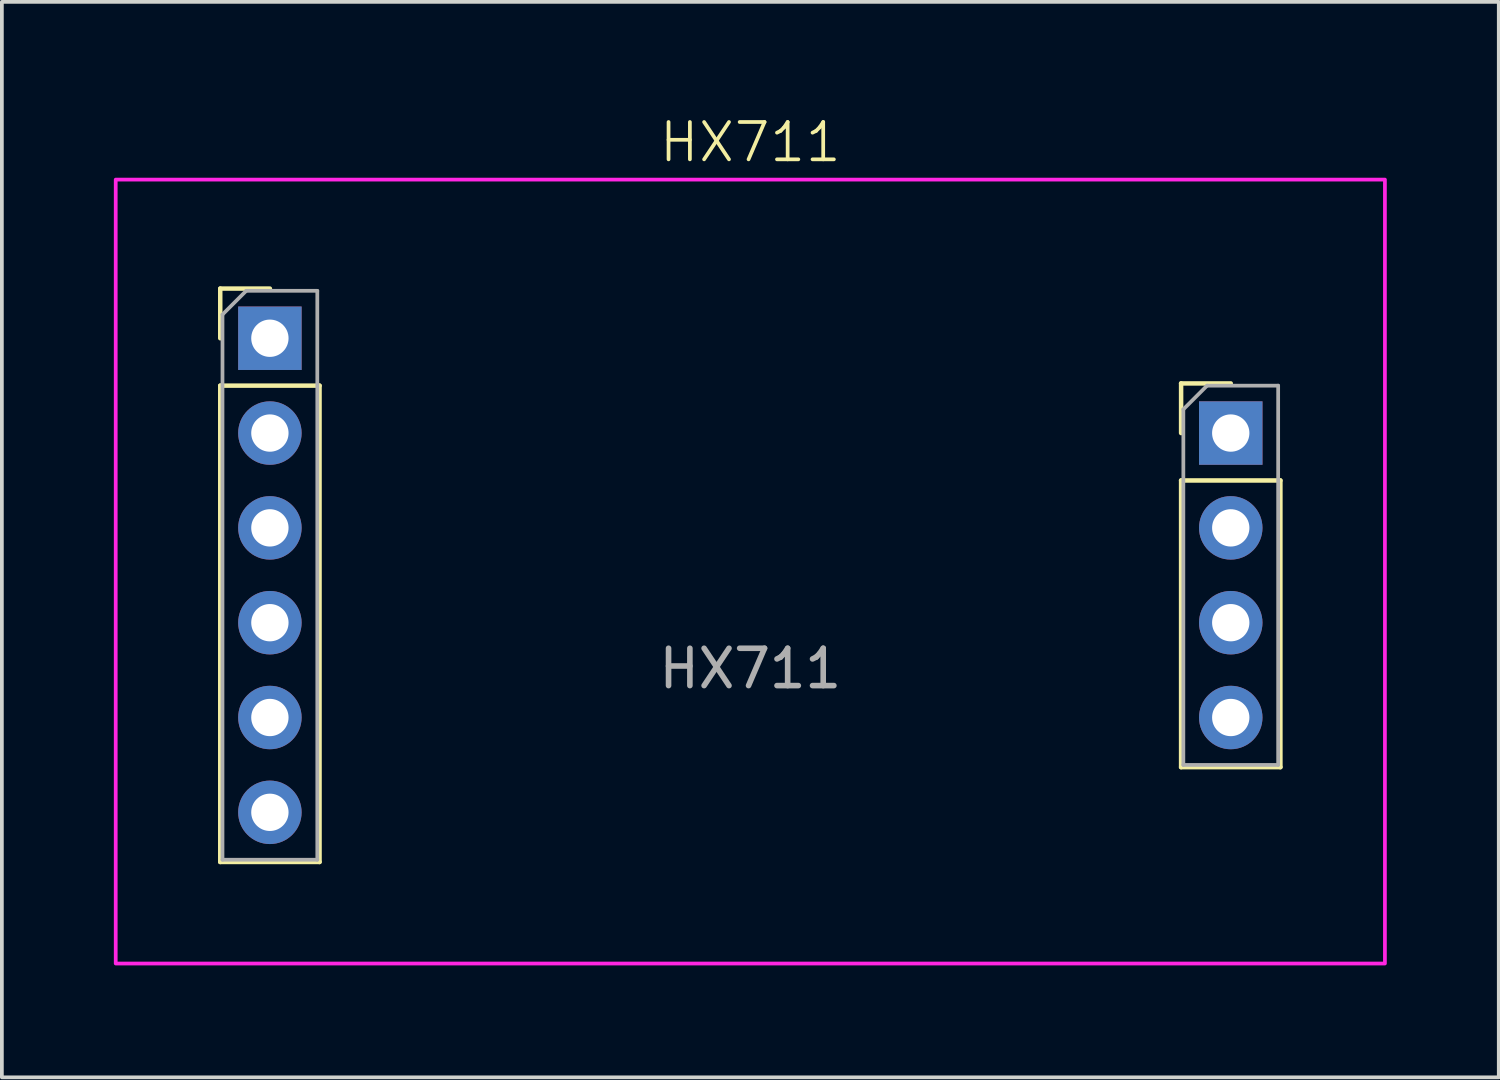
<source format=kicad_pcb>
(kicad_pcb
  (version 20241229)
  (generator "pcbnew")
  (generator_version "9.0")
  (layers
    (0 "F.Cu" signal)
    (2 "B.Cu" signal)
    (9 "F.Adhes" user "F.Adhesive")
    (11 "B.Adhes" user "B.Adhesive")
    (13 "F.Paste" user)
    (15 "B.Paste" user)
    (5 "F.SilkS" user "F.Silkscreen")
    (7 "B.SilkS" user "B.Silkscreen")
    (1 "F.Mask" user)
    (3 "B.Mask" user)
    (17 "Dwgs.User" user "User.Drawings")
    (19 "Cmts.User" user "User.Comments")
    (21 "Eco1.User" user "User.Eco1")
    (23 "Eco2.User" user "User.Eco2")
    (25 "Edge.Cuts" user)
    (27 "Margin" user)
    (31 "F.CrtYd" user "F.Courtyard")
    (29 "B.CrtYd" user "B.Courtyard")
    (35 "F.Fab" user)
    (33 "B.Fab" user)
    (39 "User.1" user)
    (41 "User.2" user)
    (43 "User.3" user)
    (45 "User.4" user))
  (footprint "HX711"
    (layer "F.Cu")
    (at 17.05 12.361)
    (property "Reference" "HX711" (at 0 -11.6 0) (unlocked yes) (layer "F.SilkS") (effects (font (size 1 1) (thickness 0.1))))
    (attr through_hole)
    (fp_line (start -14.2 -7.68) (end -12.87 -7.68) (stroke (width 0.12) (type solid)) (layer "F.SilkS"))
    (fp_line (start -14.2 -6.35) (end -14.2 -7.68) (stroke (width 0.12) (type solid)) (layer "F.SilkS"))
    (fp_line (start -14.2 -5.08) (end -14.2 7.68) (stroke (width 0.12) (type solid)) (layer "F.SilkS"))
    (fp_line (start -14.2 -5.08) (end -11.54 -5.08) (stroke (width 0.12) (type solid)) (layer "F.SilkS"))
    (fp_line (start -14.2 7.68) (end -11.54 7.68) (stroke (width 0.12) (type solid)) (layer "F.SilkS"))
    (fp_line (start -11.54 -5.08) (end -11.54 7.68) (stroke (width 0.12) (type solid)) (layer "F.SilkS"))
    (fp_line (start 11.54 -5.14) (end 12.87 -5.14) (stroke (width 0.12) (type solid)) (layer "F.SilkS"))
    (fp_line (start 11.54 -3.81) (end 11.54 -5.14) (stroke (width 0.12) (type solid)) (layer "F.SilkS"))
    (fp_line (start 11.54 -2.54) (end 11.54 5.14) (stroke (width 0.12) (type solid)) (layer "F.SilkS"))
    (fp_line (start 11.54 -2.54) (end 14.2 -2.54) (stroke (width 0.12) (type solid)) (layer "F.SilkS"))
    (fp_line (start 11.54 5.14) (end 14.2 5.14) (stroke (width 0.12) (type solid)) (layer "F.SilkS"))
    (fp_line (start 14.2 -2.54) (end 14.2 5.14) (stroke (width 0.12) (type solid)) (layer "F.SilkS"))
    (fp_rect (start -17 -10.6) (end 17 10.4) (stroke (width 0.1) (type default)) (fill no) (layer "F.CrtYd"))
    (fp_line (start -14.14 -6.985) (end -13.505 -7.62) (stroke (width 0.1) (type solid)) (layer "F.Fab"))
    (fp_line (start -14.14 7.62) (end -14.14 -6.985) (stroke (width 0.1) (type solid)) (layer "F.Fab"))
    (fp_line (start -13.505 -7.62) (end -11.6 -7.62) (stroke (width 0.1) (type solid)) (layer "F.Fab"))
    (fp_line (start -11.6 -7.62) (end -11.6 7.62) (stroke (width 0.1) (type solid)) (layer "F.Fab"))
    (fp_line (start -11.6 7.62) (end -14.14 7.62) (stroke (width 0.1) (type solid)) (layer "F.Fab"))
    (fp_line (start 11.6 -4.445) (end 12.235 -5.08) (stroke (width 0.1) (type solid)) (layer "F.Fab"))
    (fp_line (start 11.6 5.08) (end 11.6 -4.445) (stroke (width 0.1) (type solid)) (layer "F.Fab"))
    (fp_line (start 12.235 -5.08) (end 14.14 -5.08) (stroke (width 0.1) (type solid)) (layer "F.Fab"))
    (fp_line (start 14.14 -5.08) (end 14.14 5.08) (stroke (width 0.1) (type solid)) (layer "F.Fab"))
    (fp_line (start 14.14 5.08) (end 11.6 5.08) (stroke (width 0.1) (type solid)) (layer "F.Fab"))
    (fp_text user "${REFERENCE}" (at 0 2.5 0) (unlocked yes) (layer "F.Fab") (effects (font (size 1 1) (thickness 0.15))))
    (pad "1" thru_hole rect (at -12.87 -6.35) (size 1.7 1.7) (drill 1) (layers "*.Cu" "*.Mask"))
    (pad "2" thru_hole oval (at -12.87 -3.81) (size 1.7 1.7) (drill 1) (layers "*.Cu" "*.Mask"))
    (pad "3" thru_hole oval (at -12.87 -1.27) (size 1.7 1.7) (drill 1) (layers "*.Cu" "*.Mask"))
    (pad "4" thru_hole oval (at -12.87 1.27) (size 1.7 1.7) (drill 1) (layers "*.Cu" "*.Mask"))
    (pad "5" thru_hole oval (at -12.87 3.81) (size 1.7 1.7) (drill 1) (layers "*.Cu" "*.Mask"))
    (pad "6" thru_hole oval (at -12.87 6.35) (size 1.7 1.7) (drill 1) (layers "*.Cu" "*.Mask"))
    (pad "7" thru_hole oval (at 12.87 3.81) (size 1.7 1.7) (drill 1) (layers "*.Cu" "*.Mask"))
    (pad "8" thru_hole oval (at 12.87 1.27) (size 1.7 1.7) (drill 1) (layers "*.Cu" "*.Mask"))
    (pad "9" thru_hole oval (at 12.87 -1.27) (size 1.7 1.7) (drill 1) (layers "*.Cu" "*.Mask"))
    (pad "10" thru_hole rect (at 12.87 -3.81) (size 1.7 1.7) (drill 1) (layers "*.Cu" "*.Mask")))
  (gr_rect
    (start -3 -3)
    (end 37.1 25.811)
    (stroke (width 0.1) (type default))
    (fill no)
    (layer "Edge.Cuts")))
</source>
